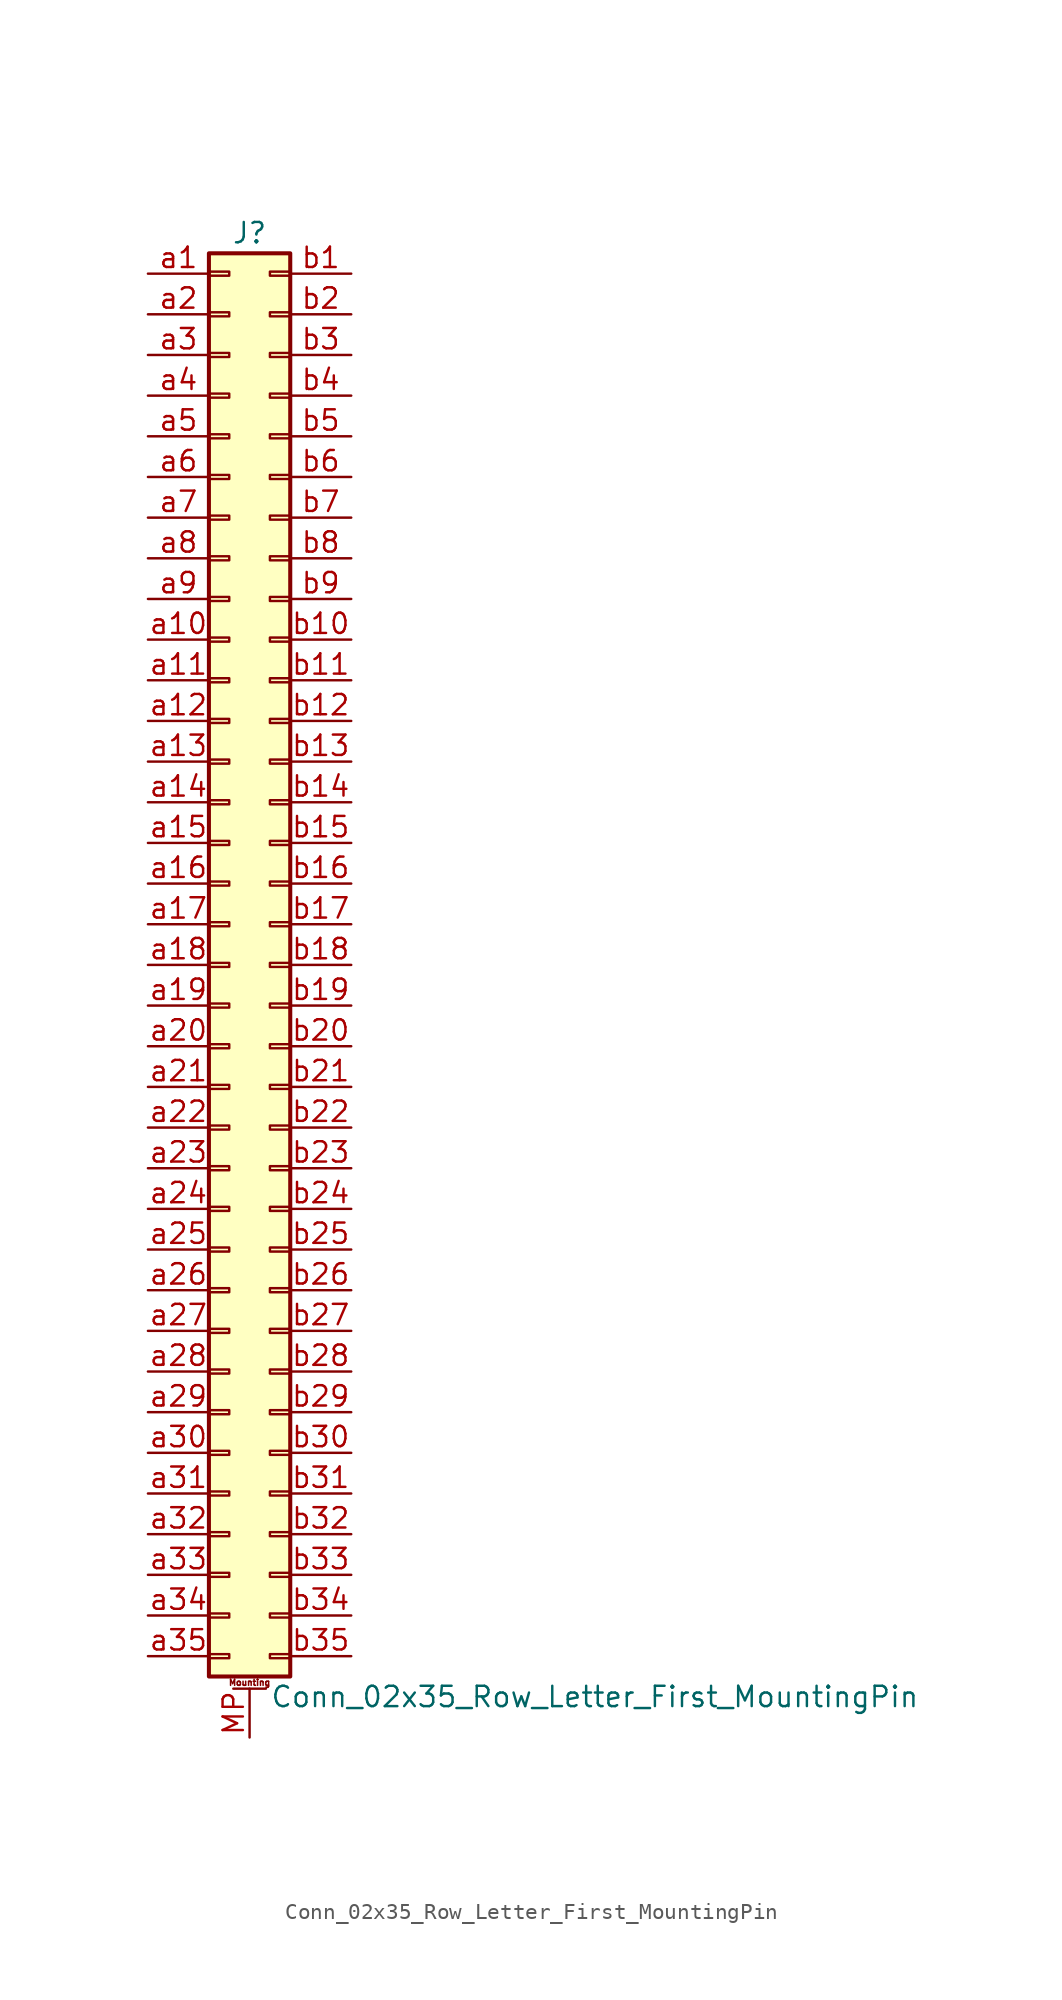
<source format=kicad_sym>
(kicad_symbol_lib
  (version 20220914)
  (generator kicad_symbol_editor)
  (symbol "Conn_02x35_Row_Letter_First_MountingPin"
    (pin_names
      (offset 1.016) hide)
    (property "Reference" "J"
      (at 1.27 45.72 0)
      (effects (font (size 1.27 1.27))))
    (property "Value" "Conn_02x35_Row_Letter_First_MountingPin"
      (at 2.54 -45.72 0)
      (effects (font (size 1.27 1.27)) (justify left)))
    (symbol "Conn_02x35_Row_Letter_First_MountingPin_1_1"
      (rectangle (start -1.27 -43.053) (end 0 -43.307) (stroke (width 0.152) (type default)) (fill (type none)))
      (rectangle (start -1.27 -40.513) (end 0 -40.767) (stroke (width 0.152) (type default)) (fill (type none)))
      (rectangle (start -1.27 -37.973) (end 0 -38.227) (stroke (width 0.152) (type default)) (fill (type none)))
      (rectangle (start -1.27 -35.433) (end 0 -35.687) (stroke (width 0.152) (type default)) (fill (type none)))
      (rectangle (start -1.27 -32.893) (end 0 -33.147) (stroke (width 0.152) (type default)) (fill (type none)))
      (rectangle (start -1.27 -30.353) (end 0 -30.607) (stroke (width 0.152) (type default)) (fill (type none)))
      (rectangle (start -1.27 -27.813) (end 0 -28.067) (stroke (width 0.152) (type default)) (fill (type none)))
      (rectangle (start -1.27 -25.273) (end 0 -25.527) (stroke (width 0.152) (type default)) (fill (type none)))
      (rectangle (start -1.27 -22.733) (end 0 -22.987) (stroke (width 0.152) (type default)) (fill (type none)))
      (rectangle (start -1.27 -20.193) (end 0 -20.447) (stroke (width 0.152) (type default)) (fill (type none)))
      (rectangle (start -1.27 -17.653) (end 0 -17.907) (stroke (width 0.152) (type default)) (fill (type none)))
      (rectangle (start -1.27 -15.113) (end 0 -15.367) (stroke (width 0.152) (type default)) (fill (type none)))
      (rectangle (start -1.27 -12.573) (end 0 -12.827) (stroke (width 0.152) (type default)) (fill (type none)))
      (rectangle (start -1.27 -10.033) (end 0 -10.287) (stroke (width 0.152) (type default)) (fill (type none)))
      (rectangle (start -1.27 -7.493) (end 0 -7.747) (stroke (width 0.152) (type default)) (fill (type none)))
      (rectangle (start -1.27 -4.953) (end 0 -5.207) (stroke (width 0.152) (type default)) (fill (type none)))
      (rectangle (start -1.27 -2.413) (end 0 -2.667) (stroke (width 0.152) (type default)) (fill (type none)))
      (rectangle (start -1.27 0.127) (end 0 -0.127) (stroke (width 0.152) (type default)) (fill (type none)))
      (rectangle (start -1.27 2.667) (end 0 2.413) (stroke (width 0.152) (type default)) (fill (type none)))
      (rectangle (start -1.27 5.207) (end 0 4.953) (stroke (width 0.152) (type default)) (fill (type none)))
      (rectangle (start -1.27 7.747) (end 0 7.493) (stroke (width 0.152) (type default)) (fill (type none)))
      (rectangle (start -1.27 10.287) (end 0 10.033) (stroke (width 0.152) (type default)) (fill (type none)))
      (rectangle (start -1.27 12.827) (end 0 12.573) (stroke (width 0.152) (type default)) (fill (type none)))
      (rectangle (start -1.27 15.367) (end 0 15.113) (stroke (width 0.152) (type default)) (fill (type none)))
      (rectangle (start -1.27 17.907) (end 0 17.653) (stroke (width 0.152) (type default)) (fill (type none)))
      (rectangle (start -1.27 20.447) (end 0 20.193) (stroke (width 0.152) (type default)) (fill (type none)))
      (rectangle (start -1.27 22.987) (end 0 22.733) (stroke (width 0.152) (type default)) (fill (type none)))
      (rectangle (start -1.27 25.527) (end 0 25.273) (stroke (width 0.152) (type default)) (fill (type none)))
      (rectangle (start -1.27 28.067) (end 0 27.813) (stroke (width 0.152) (type default)) (fill (type none)))
      (rectangle (start -1.27 30.607) (end 0 30.353) (stroke (width 0.152) (type default)) (fill (type none)))
      (rectangle (start -1.27 33.147) (end 0 32.893) (stroke (width 0.152) (type default)) (fill (type none)))
      (rectangle (start -1.27 35.687) (end 0 35.433) (stroke (width 0.152) (type default)) (fill (type none)))
      (rectangle (start -1.27 38.227) (end 0 37.973) (stroke (width 0.152) (type default)) (fill (type none)))
      (rectangle (start -1.27 40.767) (end 0 40.513) (stroke (width 0.152) (type default)) (fill (type none)))
      (rectangle (start -1.27 43.307) (end 0 43.053) (stroke (width 0.152) (type default)) (fill (type none)))
      (rectangle (start -1.27 44.45) (end 3.81 -44.45) (stroke (width 0.254) (type default)) (fill (type background)))
      (polyline (pts (xy 0.254 -45.212) (xy 2.286 -45.212)) (stroke (width 0.152) (type default)) (fill (type none)))
      (rectangle (start 3.81 -43.053) (end 2.54 -43.307) (stroke (width 0.152) (type default)) (fill (type none)))
      (rectangle (start 3.81 -40.513) (end 2.54 -40.767) (stroke (width 0.152) (type default)) (fill (type none)))
      (rectangle (start 3.81 -37.973) (end 2.54 -38.227) (stroke (width 0.152) (type default)) (fill (type none)))
      (rectangle (start 3.81 -35.433) (end 2.54 -35.687) (stroke (width 0.152) (type default)) (fill (type none)))
      (rectangle (start 3.81 -32.893) (end 2.54 -33.147) (stroke (width 0.152) (type default)) (fill (type none)))
      (rectangle (start 3.81 -30.353) (end 2.54 -30.607) (stroke (width 0.152) (type default)) (fill (type none)))
      (rectangle (start 3.81 -27.813) (end 2.54 -28.067) (stroke (width 0.152) (type default)) (fill (type none)))
      (rectangle (start 3.81 -25.273) (end 2.54 -25.527) (stroke (width 0.152) (type default)) (fill (type none)))
      (rectangle (start 3.81 -22.733) (end 2.54 -22.987) (stroke (width 0.152) (type default)) (fill (type none)))
      (rectangle (start 3.81 -20.193) (end 2.54 -20.447) (stroke (width 0.152) (type default)) (fill (type none)))
      (rectangle (start 3.81 -17.653) (end 2.54 -17.907) (stroke (width 0.152) (type default)) (fill (type none)))
      (rectangle (start 3.81 -15.113) (end 2.54 -15.367) (stroke (width 0.152) (type default)) (fill (type none)))
      (rectangle (start 3.81 -12.573) (end 2.54 -12.827) (stroke (width 0.152) (type default)) (fill (type none)))
      (rectangle (start 3.81 -10.033) (end 2.54 -10.287) (stroke (width 0.152) (type default)) (fill (type none)))
      (rectangle (start 3.81 -7.493) (end 2.54 -7.747) (stroke (width 0.152) (type default)) (fill (type none)))
      (rectangle (start 3.81 -4.953) (end 2.54 -5.207) (stroke (width 0.152) (type default)) (fill (type none)))
      (rectangle (start 3.81 -2.413) (end 2.54 -2.667) (stroke (width 0.152) (type default)) (fill (type none)))
      (rectangle (start 3.81 0.127) (end 2.54 -0.127) (stroke (width 0.152) (type default)) (fill (type none)))
      (rectangle (start 3.81 2.667) (end 2.54 2.413) (stroke (width 0.152) (type default)) (fill (type none)))
      (rectangle (start 3.81 5.207) (end 2.54 4.953) (stroke (width 0.152) (type default)) (fill (type none)))
      (rectangle (start 3.81 7.747) (end 2.54 7.493) (stroke (width 0.152) (type default)) (fill (type none)))
      (rectangle (start 3.81 10.287) (end 2.54 10.033) (stroke (width 0.152) (type default)) (fill (type none)))
      (rectangle (start 3.81 12.827) (end 2.54 12.573) (stroke (width 0.152) (type default)) (fill (type none)))
      (rectangle (start 3.81 15.367) (end 2.54 15.113) (stroke (width 0.152) (type default)) (fill (type none)))
      (rectangle (start 3.81 17.907) (end 2.54 17.653) (stroke (width 0.152) (type default)) (fill (type none)))
      (rectangle (start 3.81 20.447) (end 2.54 20.193) (stroke (width 0.152) (type default)) (fill (type none)))
      (rectangle (start 3.81 22.987) (end 2.54 22.733) (stroke (width 0.152) (type default)) (fill (type none)))
      (rectangle (start 3.81 25.527) (end 2.54 25.273) (stroke (width 0.152) (type default)) (fill (type none)))
      (rectangle (start 3.81 28.067) (end 2.54 27.813) (stroke (width 0.152) (type default)) (fill (type none)))
      (rectangle (start 3.81 30.607) (end 2.54 30.353) (stroke (width 0.152) (type default)) (fill (type none)))
      (rectangle (start 3.81 33.147) (end 2.54 32.893) (stroke (width 0.152) (type default)) (fill (type none)))
      (rectangle (start 3.81 35.687) (end 2.54 35.433) (stroke (width 0.152) (type default)) (fill (type none)))
      (rectangle (start 3.81 38.227) (end 2.54 37.973) (stroke (width 0.152) (type default)) (fill (type none)))
      (rectangle (start 3.81 40.767) (end 2.54 40.513) (stroke (width 0.152) (type default)) (fill (type none)))
      (rectangle (start 3.81 43.307) (end 2.54 43.053) (stroke (width 0.152) (type default)) (fill (type none)))
      (text "Mounting" (at 1.27 -44.831 0) (effects (font (size 0.381 0.381))))
      (pin passive line (at 1.27 -48.26 90) (length 3.048) (name "MountPin" (effects (font (size 1.27 1.27)))) (number "MP" (effects (font (size 1.27 1.27)))))
      (pin passive line (at -5.08 43.18 0) (length 3.81) (name "Pin_a1" (effects (font (size 1.27 1.27)))) (number "a1" (effects (font (size 1.27 1.27)))))
      (pin passive line (at -5.08 20.32 0) (length 3.81) (name "Pin_a10" (effects (font (size 1.27 1.27)))) (number "a10" (effects (font (size 1.27 1.27)))))
      (pin passive line (at -5.08 17.78 0) (length 3.81) (name "Pin_a11" (effects (font (size 1.27 1.27)))) (number "a11" (effects (font (size 1.27 1.27)))))
      (pin passive line (at -5.08 15.24 0) (length 3.81) (name "Pin_a12" (effects (font (size 1.27 1.27)))) (number "a12" (effects (font (size 1.27 1.27)))))
      (pin passive line (at -5.08 12.7 0) (length 3.81) (name "Pin_a13" (effects (font (size 1.27 1.27)))) (number "a13" (effects (font (size 1.27 1.27)))))
      (pin passive line (at -5.08 10.16 0) (length 3.81) (name "Pin_a14" (effects (font (size 1.27 1.27)))) (number "a14" (effects (font (size 1.27 1.27)))))
      (pin passive line (at -5.08 7.62 0) (length 3.81) (name "Pin_a15" (effects (font (size 1.27 1.27)))) (number "a15" (effects (font (size 1.27 1.27)))))
      (pin passive line (at -5.08 5.08 0) (length 3.81) (name "Pin_a16" (effects (font (size 1.27 1.27)))) (number "a16" (effects (font (size 1.27 1.27)))))
      (pin passive line (at -5.08 2.54 0) (length 3.81) (name "Pin_a17" (effects (font (size 1.27 1.27)))) (number "a17" (effects (font (size 1.27 1.27)))))
      (pin passive line (at -5.08 0 0) (length 3.81) (name "Pin_a18" (effects (font (size 1.27 1.27)))) (number "a18" (effects (font (size 1.27 1.27)))))
      (pin passive line (at -5.08 -2.54 0) (length 3.81) (name "Pin_a19" (effects (font (size 1.27 1.27)))) (number "a19" (effects (font (size 1.27 1.27)))))
      (pin passive line (at -5.08 40.64 0) (length 3.81) (name "Pin_a2" (effects (font (size 1.27 1.27)))) (number "a2" (effects (font (size 1.27 1.27)))))
      (pin passive line (at -5.08 -5.08 0) (length 3.81) (name "Pin_a20" (effects (font (size 1.27 1.27)))) (number "a20" (effects (font (size 1.27 1.27)))))
      (pin passive line (at -5.08 -7.62 0) (length 3.81) (name "Pin_a21" (effects (font (size 1.27 1.27)))) (number "a21" (effects (font (size 1.27 1.27)))))
      (pin passive line (at -5.08 -10.16 0) (length 3.81) (name "Pin_a22" (effects (font (size 1.27 1.27)))) (number "a22" (effects (font (size 1.27 1.27)))))
      (pin passive line (at -5.08 -12.7 0) (length 3.81) (name "Pin_a23" (effects (font (size 1.27 1.27)))) (number "a23" (effects (font (size 1.27 1.27)))))
      (pin passive line (at -5.08 -15.24 0) (length 3.81) (name "Pin_a24" (effects (font (size 1.27 1.27)))) (number "a24" (effects (font (size 1.27 1.27)))))
      (pin passive line (at -5.08 -17.78 0) (length 3.81) (name "Pin_a25" (effects (font (size 1.27 1.27)))) (number "a25" (effects (font (size 1.27 1.27)))))
      (pin passive line (at -5.08 -20.32 0) (length 3.81) (name "Pin_a26" (effects (font (size 1.27 1.27)))) (number "a26" (effects (font (size 1.27 1.27)))))
      (pin passive line (at -5.08 -22.86 0) (length 3.81) (name "Pin_a27" (effects (font (size 1.27 1.27)))) (number "a27" (effects (font (size 1.27 1.27)))))
      (pin passive line (at -5.08 -25.4 0) (length 3.81) (name "Pin_a28" (effects (font (size 1.27 1.27)))) (number "a28" (effects (font (size 1.27 1.27)))))
      (pin passive line (at -5.08 -27.94 0) (length 3.81) (name "Pin_a29" (effects (font (size 1.27 1.27)))) (number "a29" (effects (font (size 1.27 1.27)))))
      (pin passive line (at -5.08 38.1 0) (length 3.81) (name "Pin_a3" (effects (font (size 1.27 1.27)))) (number "a3" (effects (font (size 1.27 1.27)))))
      (pin passive line (at -5.08 -30.48 0) (length 3.81) (name "Pin_a30" (effects (font (size 1.27 1.27)))) (number "a30" (effects (font (size 1.27 1.27)))))
      (pin passive line (at -5.08 -33.02 0) (length 3.81) (name "Pin_a31" (effects (font (size 1.27 1.27)))) (number "a31" (effects (font (size 1.27 1.27)))))
      (pin passive line (at -5.08 -35.56 0) (length 3.81) (name "Pin_a32" (effects (font (size 1.27 1.27)))) (number "a32" (effects (font (size 1.27 1.27)))))
      (pin passive line (at -5.08 -38.1 0) (length 3.81) (name "Pin_a33" (effects (font (size 1.27 1.27)))) (number "a33" (effects (font (size 1.27 1.27)))))
      (pin passive line (at -5.08 -40.64 0) (length 3.81) (name "Pin_a34" (effects (font (size 1.27 1.27)))) (number "a34" (effects (font (size 1.27 1.27)))))
      (pin passive line (at -5.08 -43.18 0) (length 3.81) (name "Pin_a35" (effects (font (size 1.27 1.27)))) (number "a35" (effects (font (size 1.27 1.27)))))
      (pin passive line (at -5.08 35.56 0) (length 3.81) (name "Pin_a4" (effects (font (size 1.27 1.27)))) (number "a4" (effects (font (size 1.27 1.27)))))
      (pin passive line (at -5.08 33.02 0) (length 3.81) (name "Pin_a5" (effects (font (size 1.27 1.27)))) (number "a5" (effects (font (size 1.27 1.27)))))
      (pin passive line (at -5.08 30.48 0) (length 3.81) (name "Pin_a6" (effects (font (size 1.27 1.27)))) (number "a6" (effects (font (size 1.27 1.27)))))
      (pin passive line (at -5.08 27.94 0) (length 3.81) (name "Pin_a7" (effects (font (size 1.27 1.27)))) (number "a7" (effects (font (size 1.27 1.27)))))
      (pin passive line (at -5.08 25.4 0) (length 3.81) (name "Pin_a8" (effects (font (size 1.27 1.27)))) (number "a8" (effects (font (size 1.27 1.27)))))
      (pin passive line (at -5.08 22.86 0) (length 3.81) (name "Pin_a9" (effects (font (size 1.27 1.27)))) (number "a9" (effects (font (size 1.27 1.27)))))
      (pin passive line (at 7.62 43.18 180) (length 3.81) (name "Pin_b1" (effects (font (size 1.27 1.27)))) (number "b1" (effects (font (size 1.27 1.27)))))
      (pin passive line (at 7.62 20.32 180) (length 3.81) (name "Pin_b10" (effects (font (size 1.27 1.27)))) (number "b10" (effects (font (size 1.27 1.27)))))
      (pin passive line (at 7.62 17.78 180) (length 3.81) (name "Pin_b11" (effects (font (size 1.27 1.27)))) (number "b11" (effects (font (size 1.27 1.27)))))
      (pin passive line (at 7.62 15.24 180) (length 3.81) (name "Pin_b12" (effects (font (size 1.27 1.27)))) (number "b12" (effects (font (size 1.27 1.27)))))
      (pin passive line (at 7.62 12.7 180) (length 3.81) (name "Pin_b13" (effects (font (size 1.27 1.27)))) (number "b13" (effects (font (size 1.27 1.27)))))
      (pin passive line (at 7.62 10.16 180) (length 3.81) (name "Pin_b14" (effects (font (size 1.27 1.27)))) (number "b14" (effects (font (size 1.27 1.27)))))
      (pin passive line (at 7.62 7.62 180) (length 3.81) (name "Pin_b15" (effects (font (size 1.27 1.27)))) (number "b15" (effects (font (size 1.27 1.27)))))
      (pin passive line (at 7.62 5.08 180) (length 3.81) (name "Pin_b16" (effects (font (size 1.27 1.27)))) (number "b16" (effects (font (size 1.27 1.27)))))
      (pin passive line (at 7.62 2.54 180) (length 3.81) (name "Pin_b17" (effects (font (size 1.27 1.27)))) (number "b17" (effects (font (size 1.27 1.27)))))
      (pin passive line (at 7.62 0 180) (length 3.81) (name "Pin_b18" (effects (font (size 1.27 1.27)))) (number "b18" (effects (font (size 1.27 1.27)))))
      (pin passive line (at 7.62 -2.54 180) (length 3.81) (name "Pin_b19" (effects (font (size 1.27 1.27)))) (number "b19" (effects (font (size 1.27 1.27)))))
      (pin passive line (at 7.62 40.64 180) (length 3.81) (name "Pin_b2" (effects (font (size 1.27 1.27)))) (number "b2" (effects (font (size 1.27 1.27)))))
      (pin passive line (at 7.62 -5.08 180) (length 3.81) (name "Pin_b20" (effects (font (size 1.27 1.27)))) (number "b20" (effects (font (size 1.27 1.27)))))
      (pin passive line (at 7.62 -7.62 180) (length 3.81) (name "Pin_b21" (effects (font (size 1.27 1.27)))) (number "b21" (effects (font (size 1.27 1.27)))))
      (pin passive line (at 7.62 -10.16 180) (length 3.81) (name "Pin_b22" (effects (font (size 1.27 1.27)))) (number "b22" (effects (font (size 1.27 1.27)))))
      (pin passive line (at 7.62 -12.7 180) (length 3.81) (name "Pin_b23" (effects (font (size 1.27 1.27)))) (number "b23" (effects (font (size 1.27 1.27)))))
      (pin passive line (at 7.62 -15.24 180) (length 3.81) (name "Pin_b24" (effects (font (size 1.27 1.27)))) (number "b24" (effects (font (size 1.27 1.27)))))
      (pin passive line (at 7.62 -17.78 180) (length 3.81) (name "Pin_b25" (effects (font (size 1.27 1.27)))) (number "b25" (effects (font (size 1.27 1.27)))))
      (pin passive line (at 7.62 -20.32 180) (length 3.81) (name "Pin_b26" (effects (font (size 1.27 1.27)))) (number "b26" (effects (font (size 1.27 1.27)))))
      (pin passive line (at 7.62 -22.86 180) (length 3.81) (name "Pin_b27" (effects (font (size 1.27 1.27)))) (number "b27" (effects (font (size 1.27 1.27)))))
      (pin passive line (at 7.62 -25.4 180) (length 3.81) (name "Pin_b28" (effects (font (size 1.27 1.27)))) (number "b28" (effects (font (size 1.27 1.27)))))
      (pin passive line (at 7.62 -27.94 180) (length 3.81) (name "Pin_b29" (effects (font (size 1.27 1.27)))) (number "b29" (effects (font (size 1.27 1.27)))))
      (pin passive line (at 7.62 38.1 180) (length 3.81) (name "Pin_b3" (effects (font (size 1.27 1.27)))) (number "b3" (effects (font (size 1.27 1.27)))))
      (pin passive line (at 7.62 -30.48 180) (length 3.81) (name "Pin_b30" (effects (font (size 1.27 1.27)))) (number "b30" (effects (font (size 1.27 1.27)))))
      (pin passive line (at 7.62 -33.02 180) (length 3.81) (name "Pin_b31" (effects (font (size 1.27 1.27)))) (number "b31" (effects (font (size 1.27 1.27)))))
      (pin passive line (at 7.62 -35.56 180) (length 3.81) (name "Pin_b32" (effects (font (size 1.27 1.27)))) (number "b32" (effects (font (size 1.27 1.27)))))
      (pin passive line (at 7.62 -38.1 180) (length 3.81) (name "Pin_b33" (effects (font (size 1.27 1.27)))) (number "b33" (effects (font (size 1.27 1.27)))))
      (pin passive line (at 7.62 -40.64 180) (length 3.81) (name "Pin_b34" (effects (font (size 1.27 1.27)))) (number "b34" (effects (font (size 1.27 1.27)))))
      (pin passive line (at 7.62 -43.18 180) (length 3.81) (name "Pin_b35" (effects (font (size 1.27 1.27)))) (number "b35" (effects (font (size 1.27 1.27)))))
      (pin passive line (at 7.62 35.56 180) (length 3.81) (name "Pin_b4" (effects (font (size 1.27 1.27)))) (number "b4" (effects (font (size 1.27 1.27)))))
      (pin passive line (at 7.62 33.02 180) (length 3.81) (name "Pin_b5" (effects (font (size 1.27 1.27)))) (number "b5" (effects (font (size 1.27 1.27)))))
      (pin passive line (at 7.62 30.48 180) (length 3.81) (name "Pin_b6" (effects (font (size 1.27 1.27)))) (number "b6" (effects (font (size 1.27 1.27)))))
      (pin passive line (at 7.62 27.94 180) (length 3.81) (name "Pin_b7" (effects (font (size 1.27 1.27)))) (number "b7" (effects (font (size 1.27 1.27)))))
      (pin passive line (at 7.62 25.4 180) (length 3.81) (name "Pin_b8" (effects (font (size 1.27 1.27)))) (number "b8" (effects (font (size 1.27 1.27)))))
      (pin passive line (at 7.62 22.86 180) (length 3.81) (name "Pin_b9" (effects (font (size 1.27 1.27)))) (number "b9" (effects (font (size 1.27 1.27))))))))
</source>
